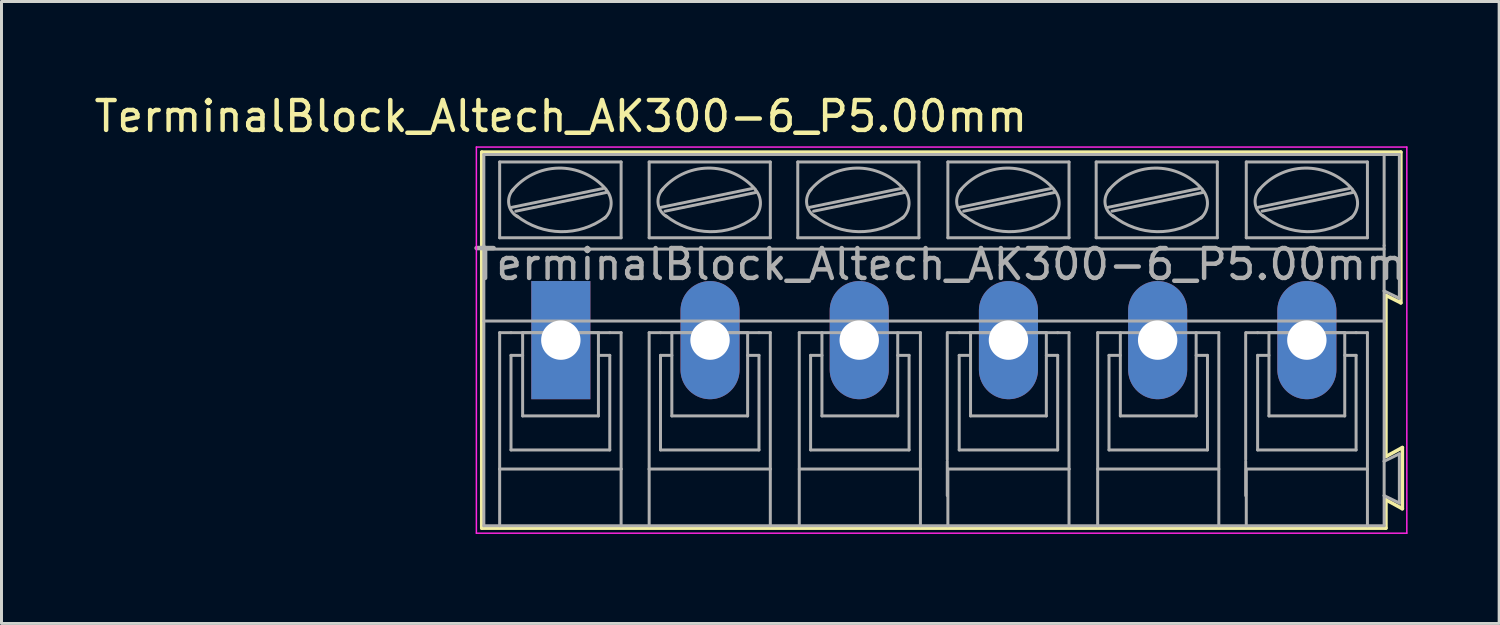
<source format=kicad_pcb>
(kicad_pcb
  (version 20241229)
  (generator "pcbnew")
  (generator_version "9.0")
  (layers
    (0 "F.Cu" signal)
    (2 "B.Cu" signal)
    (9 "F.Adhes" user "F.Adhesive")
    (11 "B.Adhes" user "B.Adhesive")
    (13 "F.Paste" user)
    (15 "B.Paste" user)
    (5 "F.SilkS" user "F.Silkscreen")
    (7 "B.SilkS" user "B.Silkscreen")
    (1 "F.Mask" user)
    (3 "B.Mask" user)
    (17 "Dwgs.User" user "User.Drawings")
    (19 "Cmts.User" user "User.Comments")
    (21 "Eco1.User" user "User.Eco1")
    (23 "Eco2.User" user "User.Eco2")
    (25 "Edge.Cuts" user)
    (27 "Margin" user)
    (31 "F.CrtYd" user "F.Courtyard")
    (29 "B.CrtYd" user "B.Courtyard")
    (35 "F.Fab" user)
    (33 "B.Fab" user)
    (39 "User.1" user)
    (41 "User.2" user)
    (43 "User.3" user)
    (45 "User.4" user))
  (footprint "TerminalBlock_Altech_AK300-6_P5.00mm"
    (layer "F.Cu")
    (at 15.744 8.348)
    (property "Reference" "TerminalBlock_Altech_AK300-6_P5.00mm" (at 0 -7.5 0) (layer "F.SilkS") (effects (font (size 1 1) (thickness 0.15))))
    (attr through_hole)
    (fp_line (start -2.65 -6.3) (end 28.15 -6.3) (stroke (width 0.12) (type solid)) (layer "F.SilkS"))
    (fp_line (start -2.65 6.3) (end -2.65 -6.3) (stroke (width 0.12) (type solid)) (layer "F.SilkS"))
    (fp_line (start 27.65 -1.5) (end 27.65 3.9) (stroke (width 0.12) (type solid)) (layer "F.SilkS"))
    (fp_line (start 27.65 3.9) (end 28.2 3.6) (stroke (width 0.12) (type solid)) (layer "F.SilkS"))
    (fp_line (start 27.65 5.35) (end 27.65 6.3) (stroke (width 0.12) (type solid)) (layer "F.SilkS"))
    (fp_line (start 27.65 6.3) (end -2.65 6.3) (stroke (width 0.12) (type solid)) (layer "F.SilkS"))
    (fp_line (start 28.15 -6.3) (end 28.15 -1.25) (stroke (width 0.12) (type solid)) (layer "F.SilkS"))
    (fp_line (start 28.15 -1.25) (end 27.65 -1.5) (stroke (width 0.12) (type solid)) (layer "F.SilkS"))
    (fp_line (start 28.2 3.6) (end 28.2 5.65) (stroke (width 0.12) (type solid)) (layer "F.SilkS"))
    (fp_line (start 28.2 5.65) (end 27.65 5.35) (stroke (width 0.12) (type solid)) (layer "F.SilkS"))
    (fp_line (start -2.83 -6.47) (end -2.83 6.47) (stroke (width 0.05) (type solid)) (layer "F.CrtYd"))
    (fp_line (start -2.83 -6.47) (end 28.35 -6.47) (stroke (width 0.05) (type solid)) (layer "F.CrtYd"))
    (fp_line (start 28.35 6.47) (end -2.83 6.47) (stroke (width 0.05) (type solid)) (layer "F.CrtYd"))
    (fp_line (start 28.35 6.47) (end 28.35 -6.47) (stroke (width 0.05) (type solid)) (layer "F.CrtYd"))
    (fp_line (start -2.58 -3.17) (end -2.58 -6.22) (stroke (width 0.1) (type solid)) (layer "F.Fab"))
    (fp_line (start -2.58 -0.64) (end -2.58 -3.17) (stroke (width 0.1) (type solid)) (layer "F.Fab"))
    (fp_line (start -2.58 6.22) (end -2.58 -0.64) (stroke (width 0.1) (type solid)) (layer "F.Fab"))
    (fp_line (start -2.58 6.22) (end 27.59 6.22) (stroke (width 0.1) (type solid)) (layer "F.Fab"))
    (fp_line (start -2.05 -3.43) (end -2.05 -5.97) (stroke (width 0.1) (type solid)) (layer "F.Fab"))
    (fp_line (start -2.05 -0.25) (end -2.05 4.32) (stroke (width 0.1) (type solid)) (layer "F.Fab"))
    (fp_line (start -2.05 -0.25) (end -1.67 -0.25) (stroke (width 0.1) (type solid)) (layer "F.Fab"))
    (fp_line (start -2.05 4.32) (end -2.05 6.22) (stroke (width 0.1) (type solid)) (layer "F.Fab"))
    (fp_line (start -1.67 0.51) (end -1.28 0.51) (stroke (width 0.1) (type solid)) (layer "F.Fab"))
    (fp_line (start -1.67 3.68) (end -1.67 0.51) (stroke (width 0.1) (type solid)) (layer "F.Fab"))
    (fp_line (start -1.64 -4.45) (end 1.41 -5.08) (stroke (width 0.1) (type solid)) (layer "F.Fab"))
    (fp_line (start -1.51 -4.32) (end 1.53 -4.95) (stroke (width 0.1) (type solid)) (layer "F.Fab"))
    (fp_line (start -1.28 -0.25) (end 1.26 -0.25) (stroke (width 0.1) (type solid)) (layer "F.Fab"))
    (fp_line (start -1.28 2.54) (end -1.28 -0.25) (stroke (width 0.1) (type solid)) (layer "F.Fab"))
    (fp_line (start -1.28 2.54) (end 1.26 2.54) (stroke (width 0.1) (type solid)) (layer "F.Fab"))
    (fp_line (start 1.26 2.54) (end 1.26 -0.25) (stroke (width 0.1) (type solid)) (layer "F.Fab"))
    (fp_line (start 1.64 -0.25) (end -1.67 -0.25) (stroke (width 0.1) (type solid)) (layer "F.Fab"))
    (fp_line (start 1.64 0.51) (end 1.26 0.51) (stroke (width 0.1) (type solid)) (layer "F.Fab"))
    (fp_line (start 1.64 3.68) (end -1.67 3.68) (stroke (width 0.1) (type solid)) (layer "F.Fab"))
    (fp_line (start 1.64 3.68) (end 1.64 0.51) (stroke (width 0.1) (type solid)) (layer "F.Fab"))
    (fp_line (start 2.02 -5.97) (end -2.05 -5.97) (stroke (width 0.1) (type solid)) (layer "F.Fab"))
    (fp_line (start 2.02 -3.43) (end -2.05 -3.43) (stroke (width 0.1) (type solid)) (layer "F.Fab"))
    (fp_line (start 2.02 -3.43) (end 2.02 -5.97) (stroke (width 0.1) (type solid)) (layer "F.Fab"))
    (fp_line (start 2.02 -0.25) (end 1.64 -0.25) (stroke (width 0.1) (type solid)) (layer "F.Fab"))
    (fp_line (start 2.02 4.32) (end -2.05 4.32) (stroke (width 0.1) (type solid)) (layer "F.Fab"))
    (fp_line (start 2.02 4.32) (end 2.02 -0.25) (stroke (width 0.1) (type solid)) (layer "F.Fab"))
    (fp_line (start 2.02 6.22) (end 2.02 4.32) (stroke (width 0.1) (type solid)) (layer "F.Fab"))
    (fp_line (start 2.96 -5.97) (end 7.02 -5.97) (stroke (width 0.1) (type solid)) (layer "F.Fab"))
    (fp_line (start 2.96 -3.43) (end 2.96 -5.97) (stroke (width 0.1) (type solid)) (layer "F.Fab"))
    (fp_line (start 2.96 -0.25) (end 3.34 -0.25) (stroke (width 0.1) (type solid)) (layer "F.Fab"))
    (fp_line (start 2.96 4.32) (end 2.96 -0.25) (stroke (width 0.1) (type solid)) (layer "F.Fab"))
    (fp_line (start 2.96 4.32) (end 7.02 4.32) (stroke (width 0.1) (type solid)) (layer "F.Fab"))
    (fp_line (start 2.96 6.22) (end 2.96 4.32) (stroke (width 0.1) (type solid)) (layer "F.Fab"))
    (fp_line (start 3.34 -0.25) (end 6.64 -0.25) (stroke (width 0.1) (type solid)) (layer "F.Fab"))
    (fp_line (start 3.34 0.51) (end 3.72 0.51) (stroke (width 0.1) (type solid)) (layer "F.Fab"))
    (fp_line (start 3.34 3.68) (end 3.34 0.51) (stroke (width 0.1) (type solid)) (layer "F.Fab"))
    (fp_line (start 3.36 -4.45) (end 6.41 -5.08) (stroke (width 0.1) (type solid)) (layer "F.Fab"))
    (fp_line (start 3.49 -4.32) (end 6.54 -4.95) (stroke (width 0.1) (type solid)) (layer "F.Fab"))
    (fp_line (start 3.72 -0.25) (end 6.26 -0.25) (stroke (width 0.1) (type solid)) (layer "F.Fab"))
    (fp_line (start 3.72 2.54) (end 3.72 -0.25) (stroke (width 0.1) (type solid)) (layer "F.Fab"))
    (fp_line (start 3.72 2.54) (end 6.26 2.54) (stroke (width 0.1) (type solid)) (layer "F.Fab"))
    (fp_line (start 6.26 2.54) (end 6.26 -0.25) (stroke (width 0.1) (type solid)) (layer "F.Fab"))
    (fp_line (start 6.64 0.51) (end 6.26 0.51) (stroke (width 0.1) (type solid)) (layer "F.Fab"))
    (fp_line (start 6.64 3.68) (end 3.34 3.68) (stroke (width 0.1) (type solid)) (layer "F.Fab"))
    (fp_line (start 6.64 3.68) (end 6.64 0.51) (stroke (width 0.1) (type solid)) (layer "F.Fab"))
    (fp_line (start 7.02 -5.97) (end 7.02 -3.43) (stroke (width 0.1) (type solid)) (layer "F.Fab"))
    (fp_line (start 7.02 -3.43) (end 2.96 -3.43) (stroke (width 0.1) (type solid)) (layer "F.Fab"))
    (fp_line (start 7.02 -0.25) (end 6.64 -0.25) (stroke (width 0.1) (type solid)) (layer "F.Fab"))
    (fp_line (start 7.02 -0.25) (end 7.02 4.32) (stroke (width 0.1) (type solid)) (layer "F.Fab"))
    (fp_line (start 7.02 4.32) (end 7.02 6.22) (stroke (width 0.1) (type solid)) (layer "F.Fab"))
    (fp_line (start 7.94 -5.97) (end 12 -5.97) (stroke (width 0.1) (type solid)) (layer "F.Fab"))
    (fp_line (start 7.94 -3.43) (end 7.94 -5.97) (stroke (width 0.1) (type solid)) (layer "F.Fab"))
    (fp_line (start 7.99 -0.25) (end 12.05 -0.25) (stroke (width 0.1) (type solid)) (layer "F.Fab"))
    (fp_line (start 7.99 4.32) (end 12.05 4.32) (stroke (width 0.1) (type solid)) (layer "F.Fab"))
    (fp_line (start 7.99 6.22) (end 7.99 -0.25) (stroke (width 0.1) (type solid)) (layer "F.Fab"))
    (fp_line (start 8.34 -4.45) (end 11.39 -5.08) (stroke (width 0.1) (type solid)) (layer "F.Fab"))
    (fp_line (start 8.37 0.51) (end 8.37 3.68) (stroke (width 0.1) (type solid)) (layer "F.Fab"))
    (fp_line (start 8.37 0.51) (end 8.75 0.51) (stroke (width 0.1) (type solid)) (layer "F.Fab"))
    (fp_line (start 8.37 3.68) (end 11.67 3.68) (stroke (width 0.1) (type solid)) (layer "F.Fab"))
    (fp_line (start 8.47 -4.32) (end 11.52 -4.95) (stroke (width 0.1) (type solid)) (layer "F.Fab"))
    (fp_line (start 8.75 -0.25) (end 8.75 2.54) (stroke (width 0.1) (type solid)) (layer "F.Fab"))
    (fp_line (start 8.75 2.54) (end 11.29 2.54) (stroke (width 0.1) (type solid)) (layer "F.Fab"))
    (fp_line (start 11.29 2.54) (end 11.29 -0.25) (stroke (width 0.1) (type solid)) (layer "F.Fab"))
    (fp_line (start 11.67 0.51) (end 11.29 0.51) (stroke (width 0.1) (type solid)) (layer "F.Fab"))
    (fp_line (start 11.67 3.68) (end 11.67 0.51) (stroke (width 0.1) (type solid)) (layer "F.Fab"))
    (fp_line (start 12 -5.97) (end 12 -3.43) (stroke (width 0.1) (type solid)) (layer "F.Fab"))
    (fp_line (start 12 -3.43) (end 7.94 -3.43) (stroke (width 0.1) (type solid)) (layer "F.Fab"))
    (fp_line (start 12.05 6.22) (end 12.05 -0.25) (stroke (width 0.1) (type solid)) (layer "F.Fab"))
    (fp_line (start 12.95 4) (end 12.95 -0.25) (stroke (width 0.1) (type solid)) (layer "F.Fab"))
    (fp_line (start 12.95 4.06) (end 12.95 5.21) (stroke (width 0.1) (type solid)) (layer "F.Fab"))
    (fp_line (start 12.97 -5.97) (end 17.03 -5.97) (stroke (width 0.1) (type solid)) (layer "F.Fab"))
    (fp_line (start 12.97 -3.43) (end 12.97 -5.97) (stroke (width 0.1) (type solid)) (layer "F.Fab"))
    (fp_line (start 12.97 -0.25) (end 13.35 -0.25) (stroke (width 0.1) (type solid)) (layer "F.Fab"))
    (fp_line (start 12.97 4.32) (end 17.03 4.32) (stroke (width 0.1) (type solid)) (layer "F.Fab"))
    (fp_line (start 12.97 6.22) (end 12.97 4.32) (stroke (width 0.1) (type solid)) (layer "F.Fab"))
    (fp_line (start 13.35 -0.25) (end 16.65 -0.25) (stroke (width 0.1) (type solid)) (layer "F.Fab"))
    (fp_line (start 13.35 0.51) (end 13.73 0.51) (stroke (width 0.1) (type solid)) (layer "F.Fab"))
    (fp_line (start 13.35 3.68) (end 13.35 0.51) (stroke (width 0.1) (type solid)) (layer "F.Fab"))
    (fp_line (start 13.37 -4.45) (end 16.42 -5.08) (stroke (width 0.1) (type solid)) (layer "F.Fab"))
    (fp_line (start 13.5 -4.32) (end 16.55 -4.95) (stroke (width 0.1) (type solid)) (layer "F.Fab"))
    (fp_line (start 13.73 -0.25) (end 16.27 -0.25) (stroke (width 0.1) (type solid)) (layer "F.Fab"))
    (fp_line (start 13.73 2.54) (end 13.73 -0.25) (stroke (width 0.1) (type solid)) (layer "F.Fab"))
    (fp_line (start 13.73 2.54) (end 16.27 2.54) (stroke (width 0.1) (type solid)) (layer "F.Fab"))
    (fp_line (start 16.27 2.54) (end 16.27 -0.25) (stroke (width 0.1) (type solid)) (layer "F.Fab"))
    (fp_line (start 16.65 0.51) (end 16.27 0.51) (stroke (width 0.1) (type solid)) (layer "F.Fab"))
    (fp_line (start 16.65 3.68) (end 13.35 3.68) (stroke (width 0.1) (type solid)) (layer "F.Fab"))
    (fp_line (start 16.65 3.68) (end 16.65 0.51) (stroke (width 0.1) (type solid)) (layer "F.Fab"))
    (fp_line (start 17.03 -5.97) (end 17.03 -3.43) (stroke (width 0.1) (type solid)) (layer "F.Fab"))
    (fp_line (start 17.03 -3.43) (end 12.97 -3.43) (stroke (width 0.1) (type solid)) (layer "F.Fab"))
    (fp_line (start 17.03 -0.25) (end 16.65 -0.25) (stroke (width 0.1) (type solid)) (layer "F.Fab"))
    (fp_line (start 17.03 -0.25) (end 17.03 4.32) (stroke (width 0.1) (type solid)) (layer "F.Fab"))
    (fp_line (start 17.03 4.32) (end 17.03 6.22) (stroke (width 0.1) (type solid)) (layer "F.Fab"))
    (fp_line (start 17.94 -5.97) (end 22 -5.97) (stroke (width 0.1) (type solid)) (layer "F.Fab"))
    (fp_line (start 17.94 -3.43) (end 17.94 -5.97) (stroke (width 0.1) (type solid)) (layer "F.Fab"))
    (fp_line (start 17.99 -0.25) (end 22.05 -0.25) (stroke (width 0.1) (type solid)) (layer "F.Fab"))
    (fp_line (start 17.99 4.32) (end 22.05 4.32) (stroke (width 0.1) (type solid)) (layer "F.Fab"))
    (fp_line (start 17.99 6.22) (end 17.99 -0.25) (stroke (width 0.1) (type solid)) (layer "F.Fab"))
    (fp_line (start 18.34 -4.45) (end 21.39 -5.08) (stroke (width 0.1) (type solid)) (layer "F.Fab"))
    (fp_line (start 18.37 0.51) (end 18.37 3.68) (stroke (width 0.1) (type solid)) (layer "F.Fab"))
    (fp_line (start 18.37 0.51) (end 18.75 0.51) (stroke (width 0.1) (type solid)) (layer "F.Fab"))
    (fp_line (start 18.37 3.68) (end 21.67 3.68) (stroke (width 0.1) (type solid)) (layer "F.Fab"))
    (fp_line (start 18.47 -4.32) (end 21.52 -4.95) (stroke (width 0.1) (type solid)) (layer "F.Fab"))
    (fp_line (start 18.75 -0.25) (end 18.75 2.54) (stroke (width 0.1) (type solid)) (layer "F.Fab"))
    (fp_line (start 18.75 2.54) (end 21.29 2.54) (stroke (width 0.1) (type solid)) (layer "F.Fab"))
    (fp_line (start 21.29 2.54) (end 21.29 -0.25) (stroke (width 0.1) (type solid)) (layer "F.Fab"))
    (fp_line (start 21.67 0.51) (end 21.29 0.51) (stroke (width 0.1) (type solid)) (layer "F.Fab"))
    (fp_line (start 21.67 3.68) (end 21.67 0.51) (stroke (width 0.1) (type solid)) (layer "F.Fab"))
    (fp_line (start 22 -5.97) (end 22 -3.43) (stroke (width 0.1) (type solid)) (layer "F.Fab"))
    (fp_line (start 22 -3.43) (end 17.94 -3.43) (stroke (width 0.1) (type solid)) (layer "F.Fab"))
    (fp_line (start 22.05 6.22) (end 22.05 -0.25) (stroke (width 0.1) (type solid)) (layer "F.Fab"))
    (fp_line (start 22.95 4) (end 22.95 -0.25) (stroke (width 0.1) (type solid)) (layer "F.Fab"))
    (fp_line (start 22.95 4.06) (end 22.95 5.21) (stroke (width 0.1) (type solid)) (layer "F.Fab"))
    (fp_line (start 22.97 -5.97) (end 27.03 -5.97) (stroke (width 0.1) (type solid)) (layer "F.Fab"))
    (fp_line (start 22.97 -3.43) (end 22.97 -5.97) (stroke (width 0.1) (type solid)) (layer "F.Fab"))
    (fp_line (start 22.97 -0.25) (end 23.35 -0.25) (stroke (width 0.1) (type solid)) (layer "F.Fab"))
    (fp_line (start 22.97 4.32) (end 27.03 4.32) (stroke (width 0.1) (type solid)) (layer "F.Fab"))
    (fp_line (start 22.97 6.22) (end 22.97 4.32) (stroke (width 0.1) (type solid)) (layer "F.Fab"))
    (fp_line (start 23.35 -0.25) (end 26.65 -0.25) (stroke (width 0.1) (type solid)) (layer "F.Fab"))
    (fp_line (start 23.35 0.51) (end 23.73 0.51) (stroke (width 0.1) (type solid)) (layer "F.Fab"))
    (fp_line (start 23.35 3.68) (end 23.35 0.51) (stroke (width 0.1) (type solid)) (layer "F.Fab"))
    (fp_line (start 23.37 -4.45) (end 26.42 -5.08) (stroke (width 0.1) (type solid)) (layer "F.Fab"))
    (fp_line (start 23.5 -4.32) (end 26.55 -4.95) (stroke (width 0.1) (type solid)) (layer "F.Fab"))
    (fp_line (start 23.73 -0.25) (end 26.27 -0.25) (stroke (width 0.1) (type solid)) (layer "F.Fab"))
    (fp_line (start 23.73 2.54) (end 23.73 -0.25) (stroke (width 0.1) (type solid)) (layer "F.Fab"))
    (fp_line (start 23.73 2.54) (end 26.27 2.54) (stroke (width 0.1) (type solid)) (layer "F.Fab"))
    (fp_line (start 26.27 2.54) (end 26.27 -0.25) (stroke (width 0.1) (type solid)) (layer "F.Fab"))
    (fp_line (start 26.65 0.51) (end 26.27 0.51) (stroke (width 0.1) (type solid)) (layer "F.Fab"))
    (fp_line (start 26.65 3.68) (end 23.35 3.68) (stroke (width 0.1) (type solid)) (layer "F.Fab"))
    (fp_line (start 26.65 3.68) (end 26.65 0.51) (stroke (width 0.1) (type solid)) (layer "F.Fab"))
    (fp_line (start 27.03 -5.97) (end 27.03 -3.43) (stroke (width 0.1) (type solid)) (layer "F.Fab"))
    (fp_line (start 27.03 -3.43) (end 22.97 -3.43) (stroke (width 0.1) (type solid)) (layer "F.Fab"))
    (fp_line (start 27.03 -0.25) (end 26.65 -0.25) (stroke (width 0.1) (type solid)) (layer "F.Fab"))
    (fp_line (start 27.03 -0.25) (end 27.03 4.32) (stroke (width 0.1) (type solid)) (layer "F.Fab"))
    (fp_line (start 27.03 4.32) (end 27.03 6.22) (stroke (width 0.1) (type solid)) (layer "F.Fab"))
    (fp_line (start 27.59 -6.22) (end 27.59 -3.17) (stroke (width 0.1) (type solid)) (layer "F.Fab"))
    (fp_line (start 27.59 -3.17) (end 27.59 -1.65) (stroke (width 0.1) (type solid)) (layer "F.Fab"))
    (fp_line (start 27.59 -3.05) (end -2.58 -3.05) (stroke (width 0.1) (type solid)) (layer "F.Fab"))
    (fp_line (start 27.59 -1.65) (end 27.59 -0.64) (stroke (width 0.1) (type solid)) (layer "F.Fab"))
    (fp_line (start 27.59 -0.64) (end -2.52 -0.64) (stroke (width 0.1) (type solid)) (layer "F.Fab"))
    (fp_line (start 27.59 -0.64) (end 27.59 4.06) (stroke (width 0.1) (type solid)) (layer "F.Fab"))
    (fp_line (start 27.59 4.06) (end 27.59 5.21) (stroke (width 0.1) (type solid)) (layer "F.Fab"))
    (fp_line (start 27.59 5.21) (end 27.59 6.22) (stroke (width 0.1) (type solid)) (layer "F.Fab"))
    (fp_line (start 28.1 -6.22) (end -2.58 -6.22) (stroke (width 0.1) (type solid)) (layer "F.Fab"))
    (fp_line (start 28.1 -6.22) (end 28.1 -1.4) (stroke (width 0.1) (type solid)) (layer "F.Fab"))
    (fp_line (start 28.1 -1.4) (end 27.59 -1.65) (stroke (width 0.1) (type solid)) (layer "F.Fab"))
    (fp_line (start 28.1 3.81) (end 27.59 4.06) (stroke (width 0.1) (type solid)) (layer "F.Fab"))
    (fp_line (start 28.1 3.81) (end 28.1 5.46) (stroke (width 0.1) (type solid)) (layer "F.Fab"))
    (fp_line (start 28.1 5.46) (end 27.59 5.21) (stroke (width 0.1) (type solid)) (layer "F.Fab"))
    (fp_arc (start -1.64 -5) (mid -0.080263 -5.764867) (end 1.508239 -5.061686) (stroke (width 0.1) (type solid)) (layer "F.Fab"))
    (fp_arc (start -1.44 -4.13) (mid -1.742324 -4.551515) (end -1.595426 -5.049005) (stroke (width 0.1) (type solid)) (layer "F.Fab"))
    (fp_arc (start 1.5 -4.12) (mid 0.000583 -3.634318) (end -1.482333 -4.168263) (stroke (width 0.1) (type solid)) (layer "F.Fab"))
    (fp_arc (start 1.51 -5.05) (mid 1.685733 -4.551652) (end 1.455532 -4.076005) (stroke (width 0.1) (type solid)) (layer "F.Fab"))
    (fp_arc (start 3.36 -5) (mid 4.919737 -5.764867) (end 6.508239 -5.061686) (stroke (width 0.1) (type solid)) (layer "F.Fab"))
    (fp_arc (start 3.56 -4.13) (mid 3.261534 -4.559406) (end 3.417028 -5.058699) (stroke (width 0.1) (type solid)) (layer "F.Fab"))
    (fp_arc (start 6.5 -4.12) (mid 5.000583 -3.634318) (end 3.517667 -4.168263) (stroke (width 0.1) (type solid)) (layer "F.Fab"))
    (fp_arc (start 6.51 -5.05) (mid 6.688693 -4.558754) (end 6.465619 -4.086005) (stroke (width 0.1) (type solid)) (layer "F.Fab"))
    (fp_arc (start 8.34 -5) (mid 9.899737 -5.764867) (end 11.488239 -5.061686) (stroke (width 0.1) (type solid)) (layer "F.Fab"))
    (fp_arc (start 8.54 -4.13) (mid 8.241534 -4.559406) (end 8.397028 -5.058699) (stroke (width 0.1) (type solid)) (layer "F.Fab"))
    (fp_arc (start 11.48 -4.12) (mid 9.980583 -3.634318) (end 8.497667 -4.168263) (stroke (width 0.1) (type solid)) (layer "F.Fab"))
    (fp_arc (start 11.49 -5.05) (mid 11.668693 -4.558754) (end 11.445619 -4.086005) (stroke (width 0.1) (type solid)) (layer "F.Fab"))
    (fp_arc (start 13.37 -5) (mid 14.929737 -5.764867) (end 16.518239 -5.061686) (stroke (width 0.1) (type solid)) (layer "F.Fab"))
    (fp_arc (start 13.57 -4.13) (mid 13.271534 -4.559406) (end 13.427028 -5.058699) (stroke (width 0.1) (type solid)) (layer "F.Fab"))
    (fp_arc (start 16.51 -4.12) (mid 15.010583 -3.634318) (end 13.527667 -4.168263) (stroke (width 0.1) (type solid)) (layer "F.Fab"))
    (fp_arc (start 16.52 -5.05) (mid 16.698693 -4.558754) (end 16.475619 -4.086005) (stroke (width 0.1) (type solid)) (layer "F.Fab"))
    (fp_arc (start 18.34 -5) (mid 19.899737 -5.764867) (end 21.488239 -5.061686) (stroke (width 0.1) (type solid)) (layer "F.Fab"))
    (fp_arc (start 18.54 -4.13) (mid 18.241534 -4.559406) (end 18.397028 -5.058699) (stroke (width 0.1) (type solid)) (layer "F.Fab"))
    (fp_arc (start 21.48 -4.12) (mid 19.980583 -3.634318) (end 18.497667 -4.168263) (stroke (width 0.1) (type solid)) (layer "F.Fab"))
    (fp_arc (start 21.49 -5.05) (mid 21.668693 -4.558754) (end 21.445619 -4.086005) (stroke (width 0.1) (type solid)) (layer "F.Fab"))
    (fp_arc (start 23.37 -5) (mid 24.929737 -5.764867) (end 26.518239 -5.061686) (stroke (width 0.1) (type solid)) (layer "F.Fab"))
    (fp_arc (start 23.57 -4.13) (mid 23.271534 -4.559406) (end 23.427028 -5.058699) (stroke (width 0.1) (type solid)) (layer "F.Fab"))
    (fp_arc (start 26.51 -4.12) (mid 25.010583 -3.634318) (end 23.527667 -4.168263) (stroke (width 0.1) (type solid)) (layer "F.Fab"))
    (fp_arc (start 26.52 -5.05) (mid 26.698693 -4.558754) (end 26.475619 -4.086005) (stroke (width 0.1) (type solid)) (layer "F.Fab"))
    (fp_text user "${REFERENCE}" (at 12.7 -2.54 0) (layer "F.Fab") (effects (font (size 1 1) (thickness 0.15))))
    (pad "1" thru_hole rect (at 0 0) (size 1.98 3.96) (drill 1.32) (layers "*.Cu" "*.Mask"))
    (pad "2" thru_hole oval (at 5 0) (size 1.98 3.96) (drill 1.32) (layers "*.Cu" "*.Mask"))
    (pad "3" thru_hole oval (at 10 0) (size 1.98 3.96) (drill 1.32) (layers "*.Cu" "*.Mask"))
    (pad "4" thru_hole oval (at 15 0) (size 1.98 3.96) (drill 1.32) (layers "*.Cu" "*.Mask"))
    (pad "5" thru_hole oval (at 20 0) (size 1.98 3.96) (drill 1.32) (layers "*.Cu" "*.Mask"))
    (pad "6" thru_hole oval (at 25 0) (size 1.98 3.96) (drill 1.32) (layers "*.Cu" "*.Mask")))
  (gr_rect
    (start -3 -3)
    (end 47.188 17.843)
    (stroke (width 0.1) (type default))
    (fill no)
    (layer "Edge.Cuts")))
</source>
